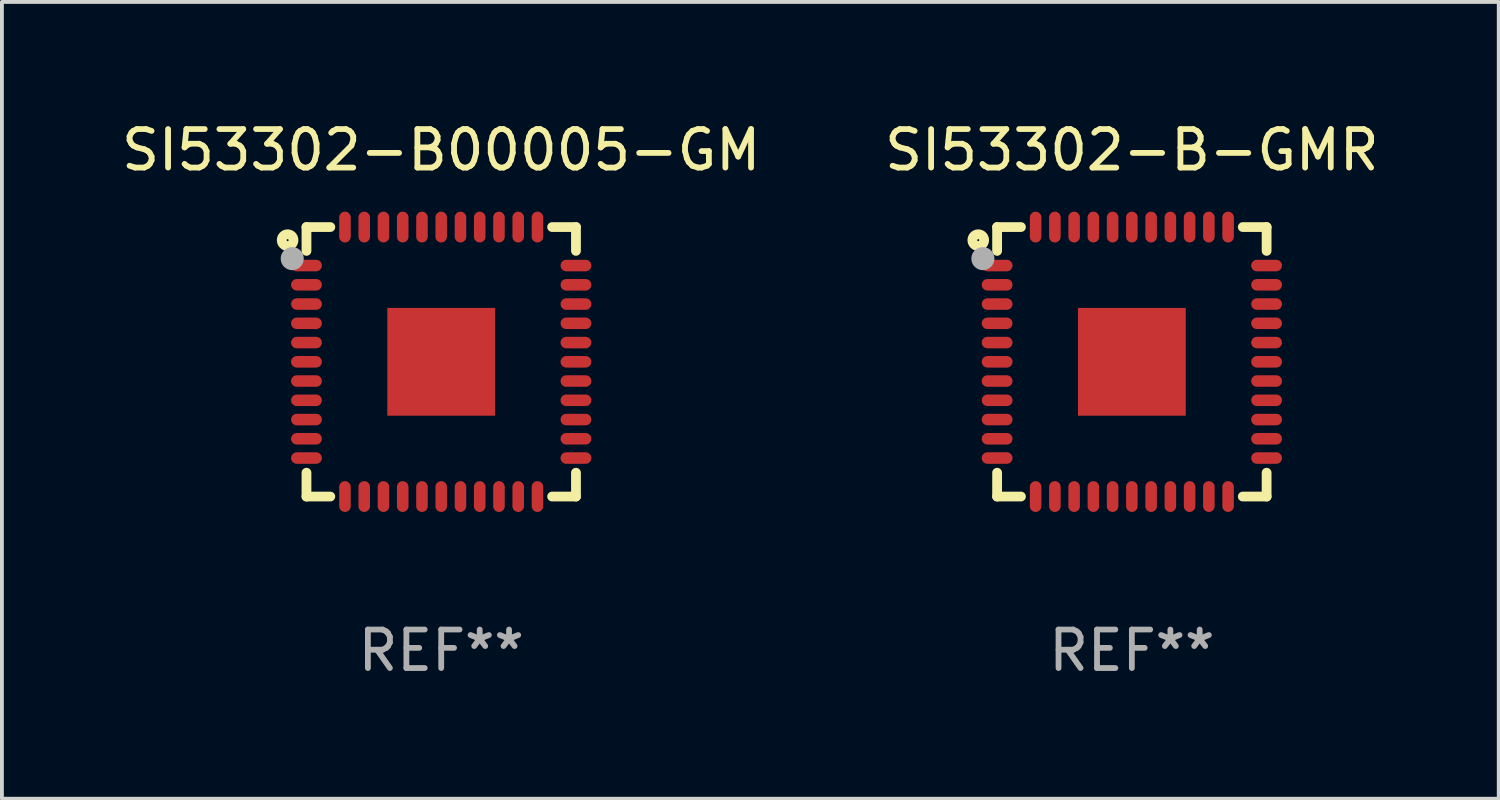
<source format=kicad_pcb>
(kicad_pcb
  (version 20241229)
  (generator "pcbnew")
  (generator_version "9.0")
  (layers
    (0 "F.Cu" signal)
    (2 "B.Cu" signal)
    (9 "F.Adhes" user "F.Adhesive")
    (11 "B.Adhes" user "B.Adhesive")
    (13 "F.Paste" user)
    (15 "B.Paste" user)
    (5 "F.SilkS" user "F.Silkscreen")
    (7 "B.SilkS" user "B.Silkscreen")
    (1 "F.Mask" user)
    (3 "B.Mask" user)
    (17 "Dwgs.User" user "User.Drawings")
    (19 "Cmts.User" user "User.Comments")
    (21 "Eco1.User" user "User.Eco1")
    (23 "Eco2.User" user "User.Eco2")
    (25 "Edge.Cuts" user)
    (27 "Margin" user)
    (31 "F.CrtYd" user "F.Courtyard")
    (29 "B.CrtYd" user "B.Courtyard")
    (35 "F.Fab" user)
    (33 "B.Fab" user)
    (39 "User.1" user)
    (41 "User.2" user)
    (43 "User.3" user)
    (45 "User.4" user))
  (footprint "SI53302-B00005-GM"
    (layer "F.Cu")
    (at 8.411 6.348)
    (property "Reference" "SI53302-B00005-GM" (at 0 -5.5 0) (layer "F.SilkS") (effects (font (size 1 1) (thickness 0.15))))
    (attr through_hole)
    (fp_line (start -3.5 -3.5) (end -2.881 -3.5) (stroke (width 0.254) (type solid)) (layer "F.SilkS"))
    (fp_line (start -3.5 -2.881) (end -3.5 -3.5) (stroke (width 0.254) (type solid)) (layer "F.SilkS"))
    (fp_line (start -3.5 3.5) (end -3.5 2.881) (stroke (width 0.254) (type solid)) (layer "F.SilkS"))
    (fp_line (start -2.881 3.5) (end -3.5 3.5) (stroke (width 0.254) (type solid)) (layer "F.SilkS"))
    (fp_line (start 2.881 -3.5) (end 3.5 -3.5) (stroke (width 0.254) (type solid)) (layer "F.SilkS"))
    (fp_line (start 3.5 -3.5) (end 3.5 -2.881) (stroke (width 0.254) (type solid)) (layer "F.SilkS"))
    (fp_line (start 3.5 2.881) (end 3.5 3.5) (stroke (width 0.254) (type solid)) (layer "F.SilkS"))
    (fp_line (start 3.5 3.5) (end 2.881 3.5) (stroke (width 0.254) (type solid)) (layer "F.SilkS"))
    (fp_circle (center -3.99 -3.16) (end -3.837 -3.16) (stroke (width 0.254) (type solid)) (fill no) (layer "F.SilkS"))
    (fp_circle (center -3.5 -3.5) (end -3.47 -3.5) (stroke (width 0.06) (type solid)) (fill no) (layer "F.SilkS"))
    (fp_circle (center -3.87 -2.68) (end -3.72 -2.68) (stroke (width 0.3) (type solid)) (fill no) (layer "F.Fab"))
    (fp_text user "REF**" (at 0 7.5 0) (layer "F.Fab") (effects (font (size 1 1) (thickness 0.15))))
    (pad "1" smd oval (at -3.5 -2.5) (size 0.8 0.3) (layers "F.Cu" "F.Mask" "F.Paste"))
    (pad "2" smd oval (at -3.5 -2) (size 0.8 0.3) (layers "F.Cu" "F.Mask" "F.Paste"))
    (pad "3" smd oval (at -3.5 -1.5) (size 0.8 0.3) (layers "F.Cu" "F.Mask" "F.Paste"))
    (pad "4" smd oval (at -3.5 -1) (size 0.8 0.3) (layers "F.Cu" "F.Mask" "F.Paste"))
    (pad "5" smd oval (at -3.5 -0.5) (size 0.8 0.3) (layers "F.Cu" "F.Mask" "F.Paste"))
    (pad "6" smd oval (at -3.5 -0.00014) (size 0.8 0.3) (layers "F.Cu" "F.Mask" "F.Paste"))
    (pad "7" smd oval (at -3.5 0.5) (size 0.8 0.3) (layers "F.Cu" "F.Mask" "F.Paste"))
    (pad "8" smd oval (at -3.5 1) (size 0.8 0.3) (layers "F.Cu" "F.Mask" "F.Paste"))
    (pad "9" smd oval (at -3.5 1.5) (size 0.8 0.3) (layers "F.Cu" "F.Mask" "F.Paste"))
    (pad "10" smd oval (at -3.5 2) (size 0.8 0.3) (layers "F.Cu" "F.Mask" "F.Paste"))
    (pad "11" smd oval (at -3.5 2.5) (size 0.8 0.3) (layers "F.Cu" "F.Mask" "F.Paste"))
    (pad "12" smd oval (at -2.5 3.5) (size 0.3 0.8) (layers "F.Cu" "F.Mask" "F.Paste"))
    (pad "13" smd oval (at -2 3.5) (size 0.3 0.8) (layers "F.Cu" "F.Mask" "F.Paste"))
    (pad "14" smd oval (at -1.5 3.5) (size 0.3 0.8) (layers "F.Cu" "F.Mask" "F.Paste"))
    (pad "15" smd oval (at -1 3.5) (size 0.3 0.8) (layers "F.Cu" "F.Mask" "F.Paste"))
    (pad "16" smd oval (at -0.5 3.5) (size 0.3 0.8) (layers "F.Cu" "F.Mask" "F.Paste"))
    (pad "17" smd oval (at -0.000127 3.5) (size 0.3 0.8) (layers "F.Cu" "F.Mask" "F.Paste"))
    (pad "18" smd oval (at 0.5 3.5) (size 0.3 0.8) (layers "F.Cu" "F.Mask" "F.Paste"))
    (pad "19" smd oval (at 1 3.5) (size 0.3 0.8) (layers "F.Cu" "F.Mask" "F.Paste"))
    (pad "20" smd oval (at 1.5 3.5) (size 0.3 0.8) (layers "F.Cu" "F.Mask" "F.Paste"))
    (pad "21" smd oval (at 2 3.5) (size 0.3 0.8) (layers "F.Cu" "F.Mask" "F.Paste"))
    (pad "22" smd oval (at 2.5 3.5) (size 0.3 0.8) (layers "F.Cu" "F.Mask" "F.Paste"))
    (pad "23" smd oval (at 3.5 2.5) (size 0.8 0.3) (layers "F.Cu" "F.Mask" "F.Paste"))
    (pad "24" smd oval (at 3.5 2) (size 0.8 0.3) (layers "F.Cu" "F.Mask" "F.Paste"))
    (pad "25" smd oval (at 3.5 1.5) (size 0.8 0.3) (layers "F.Cu" "F.Mask" "F.Paste"))
    (pad "26" smd oval (at 3.5 1) (size 0.8 0.3) (layers "F.Cu" "F.Mask" "F.Paste"))
    (pad "27" smd oval (at 3.5 0.5) (size 0.8 0.3) (layers "F.Cu" "F.Mask" "F.Paste"))
    (pad "28" smd oval (at 3.5 -0.00014) (size 0.8 0.3) (layers "F.Cu" "F.Mask" "F.Paste"))
    (pad "29" smd oval (at 3.5 -0.5) (size 0.8 0.3) (layers "F.Cu" "F.Mask" "F.Paste"))
    (pad "30" smd oval (at 3.5 -1) (size 0.8 0.3) (layers "F.Cu" "F.Mask" "F.Paste"))
    (pad "31" smd oval (at 3.5 -1.5) (size 0.8 0.3) (layers "F.Cu" "F.Mask" "F.Paste"))
    (pad "32" smd oval (at 3.5 -2) (size 0.8 0.3) (layers "F.Cu" "F.Mask" "F.Paste"))
    (pad "33" smd oval (at 3.5 -2.5) (size 0.8 0.3) (layers "F.Cu" "F.Mask" "F.Paste"))
    (pad "34" smd oval (at 2.5 -3.5) (size 0.3 0.8) (layers "F.Cu" "F.Mask" "F.Paste"))
    (pad "35" smd oval (at 2 -3.5) (size 0.3 0.8) (layers "F.Cu" "F.Mask" "F.Paste"))
    (pad "36" smd oval (at 1.5 -3.5) (size 0.3 0.8) (layers "F.Cu" "F.Mask" "F.Paste"))
    (pad "37" smd oval (at 1 -3.5) (size 0.3 0.8) (layers "F.Cu" "F.Mask" "F.Paste"))
    (pad "38" smd oval (at 0.5 -3.5) (size 0.3 0.8) (layers "F.Cu" "F.Mask" "F.Paste"))
    (pad "39" smd oval (at -0.000127 -3.5) (size 0.3 0.8) (layers "F.Cu" "F.Mask" "F.Paste"))
    (pad "40" smd oval (at -0.5 -3.5) (size 0.3 0.8) (layers "F.Cu" "F.Mask" "F.Paste"))
    (pad "41" smd oval (at -1 -3.5) (size 0.3 0.8) (layers "F.Cu" "F.Mask" "F.Paste"))
    (pad "42" smd oval (at -1.5 -3.5) (size 0.3 0.8) (layers "F.Cu" "F.Mask" "F.Paste"))
    (pad "43" smd oval (at -2 -3.5) (size 0.3 0.8) (layers "F.Cu" "F.Mask" "F.Paste"))
    (pad "44" smd oval (at -2.5 -3.5) (size 0.3 0.8) (layers "F.Cu" "F.Mask" "F.Paste"))
    (pad "45" smd rect (at -0.000127 -0.00014) (size 2.8 2.8) (layers "F.Cu" "F.Mask" "F.Paste")))
  (footprint "SI53302-B-GMR"
    (layer "F.Cu")
    (at 26.351 6.348)
    (property "Reference" "SI53302-B-GMR" (at 0 -5.5 0) (layer "F.SilkS") (effects (font (size 1 1) (thickness 0.15))))
    (attr through_hole)
    (fp_line (start -3.5 -3.5) (end -2.881 -3.5) (stroke (width 0.254) (type solid)) (layer "F.SilkS"))
    (fp_line (start -3.5 -2.881) (end -3.5 -3.5) (stroke (width 0.254) (type solid)) (layer "F.SilkS"))
    (fp_line (start -3.5 3.5) (end -3.5 2.881) (stroke (width 0.254) (type solid)) (layer "F.SilkS"))
    (fp_line (start -2.881 3.5) (end -3.5 3.5) (stroke (width 0.254) (type solid)) (layer "F.SilkS"))
    (fp_line (start 2.881 -3.5) (end 3.5 -3.5) (stroke (width 0.254) (type solid)) (layer "F.SilkS"))
    (fp_line (start 3.5 -3.5) (end 3.5 -2.881) (stroke (width 0.254) (type solid)) (layer "F.SilkS"))
    (fp_line (start 3.5 2.881) (end 3.5 3.5) (stroke (width 0.254) (type solid)) (layer "F.SilkS"))
    (fp_line (start 3.5 3.5) (end 2.881 3.5) (stroke (width 0.254) (type solid)) (layer "F.SilkS"))
    (fp_circle (center -3.99 -3.16) (end -3.837 -3.16) (stroke (width 0.254) (type solid)) (fill no) (layer "F.SilkS"))
    (fp_circle (center -3.5 -3.5) (end -3.47 -3.5) (stroke (width 0.06) (type solid)) (fill no) (layer "F.SilkS"))
    (fp_circle (center -3.87 -2.68) (end -3.72 -2.68) (stroke (width 0.3) (type solid)) (fill no) (layer "F.Fab"))
    (fp_text user "REF**" (at 0 7.5 0) (layer "F.Fab") (effects (font (size 1 1) (thickness 0.15))))
    (pad "1" smd oval (at -3.5 -2.5) (size 0.8 0.3) (layers "F.Cu" "F.Mask" "F.Paste"))
    (pad "2" smd oval (at -3.5 -2) (size 0.8 0.3) (layers "F.Cu" "F.Mask" "F.Paste"))
    (pad "3" smd oval (at -3.5 -1.5) (size 0.8 0.3) (layers "F.Cu" "F.Mask" "F.Paste"))
    (pad "4" smd oval (at -3.5 -1) (size 0.8 0.3) (layers "F.Cu" "F.Mask" "F.Paste"))
    (pad "5" smd oval (at -3.5 -0.5) (size 0.8 0.3) (layers "F.Cu" "F.Mask" "F.Paste"))
    (pad "6" smd oval (at -3.5 -0.00014) (size 0.8 0.3) (layers "F.Cu" "F.Mask" "F.Paste"))
    (pad "7" smd oval (at -3.5 0.5) (size 0.8 0.3) (layers "F.Cu" "F.Mask" "F.Paste"))
    (pad "8" smd oval (at -3.5 1) (size 0.8 0.3) (layers "F.Cu" "F.Mask" "F.Paste"))
    (pad "9" smd oval (at -3.5 1.5) (size 0.8 0.3) (layers "F.Cu" "F.Mask" "F.Paste"))
    (pad "10" smd oval (at -3.5 2) (size 0.8 0.3) (layers "F.Cu" "F.Mask" "F.Paste"))
    (pad "11" smd oval (at -3.5 2.5) (size 0.8 0.3) (layers "F.Cu" "F.Mask" "F.Paste"))
    (pad "12" smd oval (at -2.5 3.5) (size 0.3 0.8) (layers "F.Cu" "F.Mask" "F.Paste"))
    (pad "13" smd oval (at -2 3.5) (size 0.3 0.8) (layers "F.Cu" "F.Mask" "F.Paste"))
    (pad "14" smd oval (at -1.5 3.5) (size 0.3 0.8) (layers "F.Cu" "F.Mask" "F.Paste"))
    (pad "15" smd oval (at -1 3.5) (size 0.3 0.8) (layers "F.Cu" "F.Mask" "F.Paste"))
    (pad "16" smd oval (at -0.5 3.5) (size 0.3 0.8) (layers "F.Cu" "F.Mask" "F.Paste"))
    (pad "17" smd oval (at -0.000127 3.5) (size 0.3 0.8) (layers "F.Cu" "F.Mask" "F.Paste"))
    (pad "18" smd oval (at 0.5 3.5) (size 0.3 0.8) (layers "F.Cu" "F.Mask" "F.Paste"))
    (pad "19" smd oval (at 1 3.5) (size 0.3 0.8) (layers "F.Cu" "F.Mask" "F.Paste"))
    (pad "20" smd oval (at 1.5 3.5) (size 0.3 0.8) (layers "F.Cu" "F.Mask" "F.Paste"))
    (pad "21" smd oval (at 2 3.5) (size 0.3 0.8) (layers "F.Cu" "F.Mask" "F.Paste"))
    (pad "22" smd oval (at 2.5 3.5) (size 0.3 0.8) (layers "F.Cu" "F.Mask" "F.Paste"))
    (pad "23" smd oval (at 3.5 2.5) (size 0.8 0.3) (layers "F.Cu" "F.Mask" "F.Paste"))
    (pad "24" smd oval (at 3.5 2) (size 0.8 0.3) (layers "F.Cu" "F.Mask" "F.Paste"))
    (pad "25" smd oval (at 3.5 1.5) (size 0.8 0.3) (layers "F.Cu" "F.Mask" "F.Paste"))
    (pad "26" smd oval (at 3.5 1) (size 0.8 0.3) (layers "F.Cu" "F.Mask" "F.Paste"))
    (pad "27" smd oval (at 3.5 0.5) (size 0.8 0.3) (layers "F.Cu" "F.Mask" "F.Paste"))
    (pad "28" smd oval (at 3.5 -0.00014) (size 0.8 0.3) (layers "F.Cu" "F.Mask" "F.Paste"))
    (pad "29" smd oval (at 3.5 -0.5) (size 0.8 0.3) (layers "F.Cu" "F.Mask" "F.Paste"))
    (pad "30" smd oval (at 3.5 -1) (size 0.8 0.3) (layers "F.Cu" "F.Mask" "F.Paste"))
    (pad "31" smd oval (at 3.5 -1.5) (size 0.8 0.3) (layers "F.Cu" "F.Mask" "F.Paste"))
    (pad "32" smd oval (at 3.5 -2) (size 0.8 0.3) (layers "F.Cu" "F.Mask" "F.Paste"))
    (pad "33" smd oval (at 3.5 -2.5) (size 0.8 0.3) (layers "F.Cu" "F.Mask" "F.Paste"))
    (pad "34" smd oval (at 2.5 -3.5) (size 0.3 0.8) (layers "F.Cu" "F.Mask" "F.Paste"))
    (pad "35" smd oval (at 2 -3.5) (size 0.3 0.8) (layers "F.Cu" "F.Mask" "F.Paste"))
    (pad "36" smd oval (at 1.5 -3.5) (size 0.3 0.8) (layers "F.Cu" "F.Mask" "F.Paste"))
    (pad "37" smd oval (at 1 -3.5) (size 0.3 0.8) (layers "F.Cu" "F.Mask" "F.Paste"))
    (pad "38" smd oval (at 0.5 -3.5) (size 0.3 0.8) (layers "F.Cu" "F.Mask" "F.Paste"))
    (pad "39" smd oval (at -0.000127 -3.5) (size 0.3 0.8) (layers "F.Cu" "F.Mask" "F.Paste"))
    (pad "40" smd oval (at -0.5 -3.5) (size 0.3 0.8) (layers "F.Cu" "F.Mask" "F.Paste"))
    (pad "41" smd oval (at -1 -3.5) (size 0.3 0.8) (layers "F.Cu" "F.Mask" "F.Paste"))
    (pad "42" smd oval (at -1.5 -3.5) (size 0.3 0.8) (layers "F.Cu" "F.Mask" "F.Paste"))
    (pad "43" smd oval (at -2 -3.5) (size 0.3 0.8) (layers "F.Cu" "F.Mask" "F.Paste"))
    (pad "44" smd oval (at -2.5 -3.5) (size 0.3 0.8) (layers "F.Cu" "F.Mask" "F.Paste"))
    (pad "45" smd rect (at -0.000127 -0.00014) (size 2.8 2.8) (layers "F.Cu" "F.Mask" "F.Paste")))
  (gr_rect
    (start -3 -3)
    (end 35.881 17.697)
    (stroke (width 0.1) (type default))
    (fill no)
    (layer "Edge.Cuts")))
</source>
